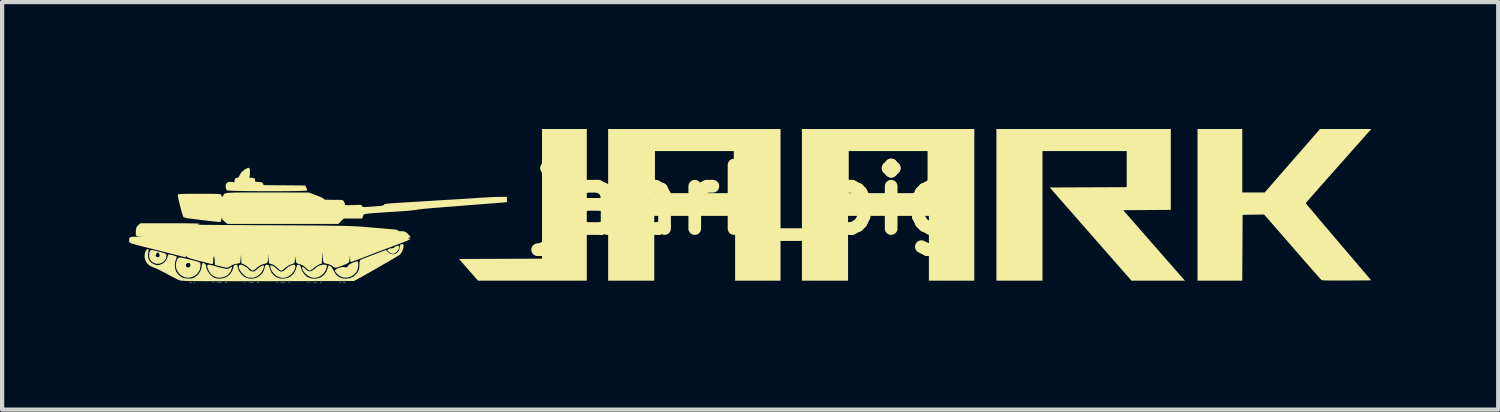
<source format=kicad_pcb>
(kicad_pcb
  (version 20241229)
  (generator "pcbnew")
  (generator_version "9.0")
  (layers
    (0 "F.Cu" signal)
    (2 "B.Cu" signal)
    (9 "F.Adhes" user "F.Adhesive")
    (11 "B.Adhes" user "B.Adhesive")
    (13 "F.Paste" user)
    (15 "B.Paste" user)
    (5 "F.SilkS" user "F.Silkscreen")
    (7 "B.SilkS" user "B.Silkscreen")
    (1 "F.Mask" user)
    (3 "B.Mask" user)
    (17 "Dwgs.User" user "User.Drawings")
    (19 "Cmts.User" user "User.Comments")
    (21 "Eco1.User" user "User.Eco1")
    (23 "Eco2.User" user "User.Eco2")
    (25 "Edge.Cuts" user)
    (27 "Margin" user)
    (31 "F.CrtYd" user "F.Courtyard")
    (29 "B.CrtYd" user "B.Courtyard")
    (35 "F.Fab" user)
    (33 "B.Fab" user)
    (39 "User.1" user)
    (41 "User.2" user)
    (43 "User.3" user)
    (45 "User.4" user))
  (footprint "jaark_big"
    (layer "F.Cu")
    (at 14.659 1.674)
    (property "Reference" "jaark_big" (at 0 0 0) (layer "F.SilkS") (effects (font (size 1.5 1.5) (thickness 0.3))))
    (attr board_only exclude_from_pos_files exclude_from_bom)
    (fp_poly (pts (xy -10.362 1.951) (xy -10.37 1.959) (xy -10.378 1.951) (xy -10.37 1.943)) (stroke (width 0) (type solid)) (fill yes) (layer "F.SilkS"))
    (fp_poly (pts (xy -13.099 1.949) (xy -13.104 1.956) (xy -13.12 1.957) (xy -13.137 1.954) (xy -13.129 1.948) (xy -13.105 1.946)) (stroke (width 0) (type solid)) (fill yes) (layer "F.SilkS"))
    (fp_poly (pts (xy -12.649 1.948) (xy -12.647 1.954) (xy -12.668 1.956) (xy -12.691 1.954) (xy -12.688 1.948) (xy -12.656 1.946)) (stroke (width 0) (type solid)) (fill yes) (layer "F.SilkS"))
    (fp_poly (pts (xy -12.349 1.948) (xy -12.347 1.954) (xy -12.368 1.956) (xy -12.391 1.954) (xy -12.388 1.948) (xy -12.356 1.946)) (stroke (width 0) (type solid)) (fill yes) (layer "F.SilkS"))
    (fp_poly (pts (xy -11.915 1.948) (xy -11.918 1.958) (xy -11.926 1.959) (xy -11.939 1.953) (xy -11.937 1.948) (xy -11.918 1.946)) (stroke (width 0) (type solid)) (fill yes) (layer "F.SilkS"))
    (fp_poly (pts (xy -11.59 1.948) (xy -11.588 1.954) (xy -11.61 1.956) (xy -11.633 1.954) (xy -11.63 1.948) (xy -11.597 1.946)) (stroke (width 0) (type solid)) (fill yes) (layer "F.SilkS"))
    (fp_poly (pts (xy -11.14 1.949) (xy -11.145 1.956) (xy -11.161 1.957) (xy -11.178 1.954) (xy -11.171 1.948) (xy -11.146 1.946)) (stroke (width 0) (type solid)) (fill yes) (layer "F.SilkS"))
    (fp_poly (pts (xy -10.856 1.949) (xy -10.861 1.956) (xy -10.877 1.957) (xy -10.894 1.954) (xy -10.886 1.948) (xy -10.862 1.946)) (stroke (width 0) (type solid)) (fill yes) (layer "F.SilkS"))
    (fp_poly (pts (xy -10.406 1.948) (xy -10.404 1.954) (xy -10.425 1.956) (xy -10.448 1.954) (xy -10.445 1.948) (xy -10.413 1.946)) (stroke (width 0) (type solid)) (fill yes) (layer "F.SilkS"))
    (fp_poly (pts (xy -10.106 1.948) (xy -10.104 1.954) (xy -10.125 1.956) (xy -10.148 1.954) (xy -10.145 1.948) (xy -10.113 1.946)) (stroke (width 0) (type solid)) (fill yes) (layer "F.SilkS"))
    (fp_poly (pts (xy -9.656 1.949) (xy -9.66 1.956) (xy -9.676 1.957) (xy -9.693 1.954) (xy -9.686 1.948) (xy -9.661 1.946)) (stroke (width 0) (type solid)) (fill yes) (layer "F.SilkS"))
    (fp_poly (pts (xy -13.178 1.948) (xy -13.174 1.952) (xy -13.197 1.955) (xy -13.213 1.955) (xy -13.244 1.953) (xy -13.249 1.95) (xy -13.241 1.948) (xy -13.2 1.945)) (stroke (width 0) (type solid)) (fill yes) (layer "F.SilkS"))
    (fp_poly (pts (xy -9.537 1.948) (xy -9.529 1.951) (xy -9.549 1.954) (xy -9.572 1.954) (xy -9.607 1.953) (xy -9.616 1.95) (xy -9.608 1.948) (xy -9.562 1.945)) (stroke (width 0) (type solid)) (fill yes) (layer "F.SilkS"))
    (fp_poly (pts (xy -10.208 1.947) (xy -10.199 1.951) (xy -10.218 1.953) (xy -10.26 1.954) (xy -10.3 1.953) (xy -10.316 1.951) (xy -10.303 1.947) (xy -10.303 1.947) (xy -10.251 1.945)) (stroke (width 0) (type solid)) (fill yes) (layer "F.SilkS"))
    (fp_poly (pts (xy -12.469 1.947) (xy -12.467 1.947) (xy -12.452 1.95) (xy -12.466 1.952) (xy -12.505 1.953) (xy -12.518 1.954) (xy -12.564 1.953) (xy -12.587 1.951) (xy -12.583 1.948) (xy -12.578 1.947) (xy -12.526 1.945)) (stroke (width 0) (type solid)) (fill yes) (layer "F.SilkS"))
    (fp_poly (pts (xy -11.711 1.947) (xy -11.709 1.947) (xy -11.694 1.95) (xy -11.708 1.952) (xy -11.747 1.953) (xy -11.76 1.954) (xy -11.806 1.953) (xy -11.829 1.951) (xy -11.825 1.948) (xy -11.82 1.947) (xy -11.767 1.945)) (stroke (width 0) (type solid)) (fill yes) (layer "F.SilkS"))
    (fp_poly (pts (xy -10.969 1.947) (xy -10.967 1.947) (xy -10.952 1.95) (xy -10.965 1.952) (xy -11.004 1.953) (xy -11.018 1.954) (xy -11.064 1.953) (xy -11.087 1.951) (xy -11.082 1.948) (xy -11.077 1.947) (xy -11.025 1.945)) (stroke (width 0) (type solid)) (fill yes) (layer "F.SilkS"))
    (fp_poly (pts (xy -3.838 0.118) (xy -3.838 1.911) (xy -5.124 1.911) (xy -6.41 1.911) (xy -6.634 1.655) (xy -6.858 1.398) (xy -5.877 1.394) (xy -4.897 1.39) (xy -4.897 -0.142) (xy -4.897 -1.674) (xy -4.368 -1.674) (xy -3.838 -1.674)) (stroke (width 0) (type solid)) (fill yes) (layer "F.SilkS"))
    (fp_poly (pts (xy -8.287 1.086) (xy -8.274 1.118) (xy -8.283 1.162) (xy -8.311 1.208) (xy -8.333 1.23) (xy -8.381 1.266) (xy -8.421 1.277) (xy -8.464 1.265) (xy -8.493 1.249) (xy -8.528 1.225) (xy -8.55 1.206) (xy -8.552 1.204) (xy -8.55 1.182) (xy -8.525 1.162) (xy -8.483 1.149) (xy -8.458 1.147) (xy -8.417 1.141) (xy -8.392 1.128) (xy -8.391 1.126) (xy -8.369 1.108) (xy -8.335 1.091) (xy -8.303 1.083)) (stroke (width 0) (type solid)) (fill yes) (layer "F.SilkS"))
    (fp_poly (pts (xy 0.742 0.118) (xy 0.742 1.911) (xy 0.205 1.911) (xy -0.332 1.911) (xy -0.332 1.145) (xy -0.332 0.379) (xy -1.287 0.379) (xy -2.243 0.379) (xy -2.243 1.145) (xy -2.243 1.911) (xy -2.788 1.911) (xy -3.333 1.911) (xy -3.333 0.118) (xy -3.333 -0.656) (xy -2.227 -0.656) (xy -2.227 -0.158) (xy -1.295 -0.158) (xy -0.363 -0.158) (xy -0.363 -0.656) (xy -0.363 -1.153) (xy -1.295 -1.153) (xy -2.227 -1.153) (xy -2.227 -0.656) (xy -3.333 -0.656) (xy -3.333 -1.674) (xy -1.295 -1.674) (xy 0.742 -1.674)) (stroke (width 0) (type solid)) (fill yes) (layer "F.SilkS"))
    (fp_poly (pts (xy 5.323 0.118) (xy 5.323 1.911) (xy 4.786 1.911) (xy 4.249 1.911) (xy 4.249 1.145) (xy 4.249 0.379) (xy 3.293 0.379) (xy 2.338 0.379) (xy 2.338 1.145) (xy 2.338 1.911) (xy 1.793 1.911) (xy 1.248 1.911) (xy 1.248 0.118) (xy 1.248 -0.656) (xy 2.354 -0.656) (xy 2.354 -0.158) (xy 3.286 -0.158) (xy 4.218 -0.158) (xy 4.218 -0.656) (xy 4.218 -1.153) (xy 3.286 -1.153) (xy 2.354 -1.153) (xy 2.354 -0.656) (xy 1.248 -0.656) (xy 1.248 -1.674) (xy 3.286 -1.674) (xy 5.323 -1.674)) (stroke (width 0) (type solid)) (fill yes) (layer "F.SilkS"))
    (fp_poly (pts (xy -10.011 1.534) (xy -9.99 1.542) (xy -9.983 1.56) (xy -9.983 1.572) (xy -9.998 1.644) (xy -10.037 1.713) (xy -10.094 1.774) (xy -10.164 1.818) (xy -10.2 1.831) (xy -10.255 1.844) (xy -10.297 1.845) (xy -10.345 1.834) (xy -10.349 1.833) (xy -10.414 1.803) (xy -10.476 1.758) (xy -10.526 1.704) (xy -10.559 1.649) (xy -10.568 1.608) (xy -10.564 1.586) (xy -10.55 1.583) (xy -10.523 1.603) (xy -10.487 1.637) (xy -10.434 1.679) (xy -10.386 1.692) (xy -10.336 1.677) (xy -10.284 1.638) (xy -10.212 1.58) (xy -10.147 1.547) (xy -10.079 1.533) (xy -10.055 1.532)) (stroke (width 0) (type solid)) (fill yes) (layer "F.SilkS"))
    (fp_poly (pts (xy -12.763 1.535) (xy -12.741 1.537) (xy -12.68 1.55) (xy -12.616 1.568) (xy -12.603 1.572) (xy -12.55 1.59) (xy -12.5 1.602) (xy -12.488 1.604) (xy -12.439 1.614) (xy -12.387 1.626) (xy -12.386 1.627) (xy -12.343 1.634) (xy -12.306 1.625) (xy -12.276 1.608) (xy -12.221 1.574) (xy -12.232 1.627) (xy -12.262 1.703) (xy -12.316 1.766) (xy -12.386 1.812) (xy -12.467 1.838) (xy -12.553 1.84) (xy -12.611 1.826) (xy -12.662 1.801) (xy -12.707 1.771) (xy -12.711 1.767) (xy -12.75 1.72) (xy -12.783 1.66) (xy -12.805 1.6) (xy -12.81 1.566) (xy -12.808 1.543) (xy -12.795 1.533)) (stroke (width 0) (type solid)) (fill yes) (layer "F.SilkS"))
    (fp_poly (pts (xy -10.733 1.544) (xy -10.726 1.578) (xy -10.737 1.629) (xy -10.756 1.673) (xy -10.81 1.749) (xy -10.882 1.805) (xy -10.943 1.832) (xy -10.991 1.843) (xy -11.031 1.845) (xy -11.076 1.837) (xy -11.108 1.829) (xy -11.173 1.798) (xy -11.235 1.746) (xy -11.284 1.682) (xy -11.308 1.629) (xy -11.318 1.586) (xy -11.321 1.558) (xy -11.32 1.552) (xy -11.294 1.548) (xy -11.255 1.563) (xy -11.208 1.595) (xy -11.171 1.629) (xy -11.114 1.678) (xy -11.063 1.697) (xy -11.014 1.686) (xy -10.963 1.645) (xy -10.956 1.637) (xy -10.898 1.587) (xy -10.832 1.55) (xy -10.77 1.533) (xy -10.758 1.532)) (stroke (width 0) (type solid)) (fill yes) (layer "F.SilkS"))
    (fp_poly (pts (xy -9.246 1.467) (xy -9.239 1.503) (xy -9.24 1.553) (xy -9.248 1.608) (xy -9.262 1.661) (xy -9.276 1.694) (xy -9.33 1.76) (xy -9.403 1.809) (xy -9.487 1.836) (xy -9.573 1.838) (xy -9.626 1.826) (xy -9.675 1.801) (xy -9.724 1.765) (xy -9.765 1.725) (xy -9.79 1.689) (xy -9.794 1.673) (xy -9.779 1.651) (xy -9.743 1.628) (xy -9.694 1.608) (xy -9.641 1.593) (xy -9.594 1.587) (xy -9.565 1.592) (xy -9.524 1.599) (xy -9.488 1.575) (xy -9.466 1.542) (xy -9.444 1.523) (xy -9.402 1.5) (xy -9.351 1.477) (xy -9.301 1.46) (xy -9.262 1.453) (xy -9.261 1.453)) (stroke (width 0) (type solid)) (fill yes) (layer "F.SilkS"))
    (fp_poly (pts (xy 9.967 -0.719) (xy 9.967 0.237) (xy 9.405 0.241) (xy 8.843 0.245) (xy 9.478 0.971) (xy 9.595 1.104) (xy 9.707 1.233) (xy 9.814 1.355) (xy 9.912 1.467) (xy 10.001 1.568) (xy 10.077 1.655) (xy 10.138 1.725) (xy 10.183 1.776) (xy 10.208 1.805) (xy 10.302 1.911) (xy 9.67 1.911) (xy 9.038 1.911) (xy 8.072 0.81) (xy 7.106 -0.292) (xy 8.015 -0.296) (xy 8.925 -0.3) (xy 8.925 -0.727) (xy 8.925 -1.153) (xy 7.93 -1.153) (xy 6.934 -1.153) (xy 6.934 0.379) (xy 6.934 1.911) (xy 6.389 1.911) (xy 5.845 1.911) (xy 5.845 0.118) (xy 5.845 -1.674) (xy 7.906 -1.674) (xy 9.967 -1.674)) (stroke (width 0) (type solid)) (fill yes) (layer "F.SilkS"))
    (fp_poly (pts (xy -11.984 1.54) (xy -11.941 1.56) (xy -11.895 1.586) (xy -11.856 1.613) (xy -11.834 1.636) (xy -11.831 1.643) (xy -11.818 1.661) (xy -11.785 1.679) (xy -11.746 1.692) (xy -11.712 1.695) (xy -11.706 1.694) (xy -11.681 1.679) (xy -11.643 1.649) (xy -11.616 1.626) (xy -11.563 1.584) (xy -11.517 1.557) (xy -11.483 1.55) (xy -11.472 1.554) (xy -11.468 1.578) (xy -11.479 1.619) (xy -11.502 1.668) (xy -11.532 1.717) (xy -11.559 1.752) (xy -11.636 1.811) (xy -11.721 1.841) (xy -11.815 1.84) (xy -11.859 1.83) (xy -11.912 1.804) (xy -11.964 1.761) (xy -12.01 1.707) (xy -12.045 1.65) (xy -12.064 1.596) (xy -12.062 1.555) (xy -12.041 1.537) (xy -12.016 1.532)) (stroke (width 0) (type solid)) (fill yes) (layer "F.SilkS"))
    (fp_poly (pts (xy -14.114 1.187) (xy -14.075 1.195) (xy -14.013 1.209) (xy -13.995 1.214) (xy -13.909 1.236) (xy -13.848 1.253) (xy -13.809 1.267) (xy -13.787 1.281) (xy -13.777 1.297) (xy -13.774 1.317) (xy -13.774 1.323) (xy -13.788 1.391) (xy -13.827 1.447) (xy -13.882 1.489) (xy -13.948 1.511) (xy -14.018 1.511) (xy -14.084 1.486) (xy -14.126 1.455) (xy -14.158 1.421) (xy -14.159 1.419) (xy -14.177 1.375) (xy -14.184 1.318) (xy -14.027 1.318) (xy -14.016 1.348) (xy -14.016 1.348) (xy -13.988 1.359) (xy -13.955 1.352) (xy -13.937 1.334) (xy -13.937 1.302) (xy -13.948 1.272) (xy -13.966 1.246) (xy -13.987 1.247) (xy -13.997 1.253) (xy -14.02 1.281) (xy -14.027 1.318) (xy -14.184 1.318) (xy -14.184 1.316) (xy -14.18 1.257) (xy -14.166 1.212) (xy -14.163 1.208) (xy -14.151 1.194) (xy -14.137 1.187)) (stroke (width 0) (type solid)) (fill yes) (layer "F.SilkS"))
    (fp_poly (pts (xy -13.407 1.371) (xy -13.341 1.384) (xy -13.264 1.401) (xy -13.247 1.406) (xy -13.148 1.431) (xy -13.076 1.449) (xy -13.026 1.465) (xy -12.995 1.478) (xy -12.977 1.493) (xy -12.97 1.511) (xy -12.968 1.534) (xy -12.969 1.56) (xy -12.983 1.645) (xy -13.023 1.719) (xy -13.082 1.779) (xy -13.156 1.821) (xy -13.238 1.841) (xy -13.324 1.835) (xy -13.353 1.826) (xy -13.438 1.779) (xy -13.501 1.713) (xy -13.541 1.63) (xy -13.553 1.548) (xy -13.552 1.543) (xy -13.315 1.543) (xy -13.309 1.575) (xy -13.289 1.593) (xy -13.251 1.6) (xy -13.22 1.581) (xy -13.206 1.545) (xy -13.205 1.541) (xy -13.218 1.505) (xy -13.238 1.492) (xy -13.275 1.493) (xy -13.303 1.513) (xy -13.315 1.543) (xy -13.552 1.543) (xy -13.546 1.486) (xy -13.529 1.428) (xy -13.504 1.383) (xy -13.48 1.364) (xy -13.456 1.363)) (stroke (width 0) (type solid)) (fill yes) (layer "F.SilkS"))
    (fp_poly (pts (xy 11.657 -0.924) (xy 11.657 -0.174) (xy 11.922 -0.174) (xy 12.187 -0.175) (xy 12.841 -0.925) (xy 13.495 -1.674) (xy 14.101 -1.674) (xy 14.707 -1.674) (xy 14.41 -1.34) (xy 14.216 -1.121) (xy 14.042 -0.925) (xy 13.887 -0.75) (xy 13.75 -0.596) (xy 13.63 -0.46) (xy 13.526 -0.343) (xy 13.438 -0.243) (xy 13.363 -0.159) (xy 13.302 -0.089) (xy 13.253 -0.033) (xy 13.216 0.01) (xy 13.188 0.042) (xy 13.17 0.064) (xy 13.161 0.076) (xy 13.158 0.08) (xy 13.168 0.093) (xy 13.197 0.128) (xy 13.243 0.183) (xy 13.305 0.257) (xy 13.382 0.348) (xy 13.47 0.453) (xy 13.57 0.571) (xy 13.68 0.7) (xy 13.797 0.837) (xy 13.92 0.982) (xy 13.932 0.996) (xy 14.705 1.903) (xy 14.127 1.908) (xy 13.962 1.908) (xy 13.827 1.908) (xy 13.72 1.907) (xy 13.638 1.906) (xy 13.58 1.903) (xy 13.544 1.899) (xy 13.527 1.894) (xy 13.527 1.893) (xy 13.513 1.878) (xy 13.48 1.842) (xy 13.43 1.785) (xy 13.364 1.711) (xy 13.285 1.622) (xy 13.195 1.519) (xy 13.094 1.404) (xy 12.986 1.28) (xy 12.871 1.148) (xy 12.839 1.111) (xy 12.173 0.347) (xy 11.919 0.351) (xy 11.665 0.355) (xy 11.661 1.133) (xy 11.657 1.911) (xy 11.128 1.911) (xy 10.599 1.911) (xy 10.599 0.118) (xy 10.599 -1.674) (xy 11.128 -1.674) (xy 11.657 -1.674)) (stroke (width 0) (type solid)) (fill yes) (layer "F.SilkS"))
    (fp_poly (pts (xy -11.812 -0.748) (xy -11.802 -0.713) (xy -11.8 -0.65) (xy -11.8 -0.649) (xy -11.803 -0.579) (xy -11.812 -0.54) (xy -11.819 -0.532) (xy -11.817 -0.527) (xy -11.79 -0.523) (xy -11.766 -0.523) (xy -11.709 -0.515) (xy -11.681 -0.494) (xy -11.68 -0.459) (xy -11.683 -0.451) (xy -11.682 -0.437) (xy -11.661 -0.429) (xy -11.615 -0.424) (xy -11.6 -0.423) (xy -11.545 -0.419) (xy -11.514 -0.41) (xy -11.497 -0.393) (xy -11.492 -0.383) (xy -11.476 -0.348) (xy -10.987 -0.344) (xy -10.498 -0.34) (xy -10.468 -0.289) (xy -10.452 -0.252) (xy -10.448 -0.225) (xy -10.449 -0.222) (xy -10.467 -0.218) (xy -10.513 -0.214) (xy -10.583 -0.211) (xy -10.676 -0.209) (xy -10.786 -0.207) (xy -10.911 -0.206) (xy -11.048 -0.205) (xy -11.192 -0.204) (xy -11.342 -0.204) (xy -11.492 -0.204) (xy -11.641 -0.205) (xy -11.784 -0.206) (xy -11.918 -0.208) (xy -12.04 -0.21) (xy -12.146 -0.212) (xy -12.233 -0.215) (xy -12.298 -0.219) (xy -12.338 -0.222) (xy -12.348 -0.225) (xy -12.362 -0.253) (xy -12.373 -0.296) (xy -12.375 -0.303) (xy -12.374 -0.362) (xy -12.348 -0.401) (xy -12.296 -0.423) (xy -12.25 -0.426) (xy -12.201 -0.422) (xy -12.178 -0.41) (xy -12.176 -0.407) (xy -12.173 -0.408) (xy -12.167 -0.434) (xy -12.165 -0.45) (xy -12.155 -0.492) (xy -12.139 -0.512) (xy -12.112 -0.518) (xy -12.081 -0.529) (xy -12.056 -0.557) (xy -12.038 -0.593) (xy -11.998 -0.656) (xy -11.937 -0.707) (xy -11.932 -0.711) (xy -11.873 -0.745) (xy -11.834 -0.759)) (stroke (width 0) (type solid)) (fill yes) (layer "F.SilkS"))
    (fp_poly (pts (xy -11.65 -0.174) (xy -11.455 -0.174) (xy -11.391 -0.174) (xy -10.411 -0.173) (xy -10.28 -0.125) (xy -10.188 -0.09) (xy -10.123 -0.063) (xy -10.081 -0.044) (xy -10.059 -0.029) (xy -10.053 -0.018) (xy -10.055 -0.015) (xy -10.043 -0.009) (xy -10.004 -0.004) (xy -9.939 -0.001) (xy -9.852 -0.000031) (xy -9.835 -0.000001) (xy -9.745 0.000242) (xy -9.682 0.001) (xy -9.639 0.004) (xy -9.612 0.01) (xy -9.596 0.018) (xy -9.584 0.031) (xy -9.581 0.035) (xy -9.562 0.073) (xy -9.557 0.1) (xy -9.555 0.113) (xy -9.546 0.121) (xy -9.525 0.125) (xy -9.487 0.127) (xy -9.426 0.125) (xy -9.357 0.123) (xy -9.274 0.12) (xy -9.218 0.119) (xy -9.182 0.121) (xy -9.162 0.127) (xy -9.153 0.136) (xy -9.15 0.145) (xy -9.143 0.159) (xy -9.128 0.167) (xy -9.097 0.17) (xy -9.045 0.168) (xy -9.014 0.166) (xy -8.897 0.158) (xy -8.809 0.151) (xy -8.744 0.146) (xy -8.698 0.141) (xy -8.668 0.136) (xy -8.649 0.13) (xy -8.638 0.123) (xy -8.632 0.116) (xy -8.628 0.109) (xy -8.622 0.104) (xy -8.611 0.1) (xy -8.594 0.096) (xy -8.567 0.092) (xy -8.527 0.088) (xy -8.471 0.083) (xy -8.398 0.078) (xy -8.303 0.072) (xy -8.184 0.064) (xy -8.039 0.055) (xy -7.914 0.048) (xy -7.799 0.041) (xy -7.668 0.033) (xy -7.533 0.025) (xy -7.411 0.017) (xy -7.385 0.015) (xy -7.27 0.008) (xy -7.141 0.000458) (xy -7.013 -0.007) (xy -6.899 -0.014) (xy -6.871 -0.016) (xy -6.769 -0.022) (xy -6.648 -0.03) (xy -6.519 -0.038) (xy -6.393 -0.047) (xy -6.326 -0.051) (xy -6.219 -0.057) (xy -6.111 -0.063) (xy -6.01 -0.067) (xy -5.926 -0.07) (xy -5.876 -0.071) (xy -5.726 -0.071) (xy -5.726 -0.008) (xy -5.726 0.055) (xy -5.86 0.067) (xy -5.909 0.071) (xy -5.985 0.077) (xy -6.082 0.084) (xy -6.195 0.093) (xy -6.32 0.103) (xy -6.451 0.113) (xy -6.516 0.118) (xy -6.706 0.133) (xy -6.868 0.146) (xy -7.004 0.157) (xy -7.118 0.165) (xy -7.213 0.173) (xy -7.291 0.179) (xy -7.355 0.184) (xy -7.409 0.188) (xy -7.456 0.192) (xy -7.498 0.196) (xy -7.539 0.199) (xy -7.581 0.203) (xy -7.598 0.204) (xy -7.681 0.212) (xy -7.761 0.221) (xy -7.829 0.23) (xy -7.865 0.236) (xy -7.911 0.243) (xy -7.981 0.251) (xy -8.066 0.259) (xy -8.158 0.266) (xy -8.188 0.268) (xy -8.382 0.281) (xy -8.546 0.291) (xy -8.684 0.3) (xy -8.798 0.308) (xy -8.889 0.315) (xy -8.961 0.321) (xy -9.016 0.327) (xy -9.057 0.332) (xy -9.085 0.338) (xy -9.103 0.345) (xy -9.114 0.352) (xy -9.12 0.361) (xy -9.124 0.371) (xy -9.127 0.383) (xy -9.129 0.389) (xy -9.148 0.442) (xy -9.366 0.442) (xy -9.584 0.442) (xy -9.648 0.505) (xy -9.711 0.569) (xy -11.021 0.569) (xy -12.33 0.569) (xy -12.396 0.521) (xy -12.445 0.475) (xy -12.467 0.432) (xy -12.468 0.43) (xy -12.472 0.413) (xy -12.475 0.426) (xy -12.476 0.454) (xy -12.482 0.5) (xy -12.497 0.521) (xy -12.528 0.524) (xy -12.528 0.524) (xy -12.546 0.522) (xy -12.589 0.517) (xy -12.649 0.511) (xy -12.694 0.506) (xy -12.778 0.497) (xy -12.868 0.486) (xy -12.947 0.477) (xy -12.969 0.474) (xy -13.045 0.464) (xy -13.135 0.453) (xy -13.218 0.443) (xy -13.22 0.443) (xy -13.284 0.434) (xy -13.336 0.422) (xy -13.368 0.41) (xy -13.373 0.407) (xy -13.383 0.386) (xy -13.398 0.34) (xy -13.416 0.277) (xy -13.437 0.202) (xy -13.457 0.123) (xy -13.476 0.046) (xy -13.491 -0.023) (xy -13.502 -0.077) (xy -13.506 -0.109) (xy -13.506 -0.11) (xy -13.505 -0.118) (xy -13.501 -0.126) (xy -13.49 -0.131) (xy -13.469 -0.135) (xy -13.435 -0.138) (xy -13.385 -0.14) (xy -13.315 -0.141) (xy -13.222 -0.142) (xy -13.104 -0.142) (xy -12.992 -0.142) (xy -12.851 -0.142) (xy -12.739 -0.142) (xy -12.652 -0.141) (xy -12.587 -0.14) (xy -12.54 -0.137) (xy -12.51 -0.134) (xy -12.491 -0.13) (xy -12.482 -0.124) (xy -12.479 -0.116) (xy -12.479 -0.112) (xy -12.471 -0.079) (xy -12.454 -0.072) (xy -12.436 -0.093) (xy -12.433 -0.098) (xy -12.427 -0.114) (xy -12.421 -0.127) (xy -12.412 -0.138) (xy -12.398 -0.148) (xy -12.376 -0.155) (xy -12.344 -0.161) (xy -12.3 -0.166) (xy -12.242 -0.169) (xy -12.166 -0.172) (xy -12.072 -0.173) (xy -11.956 -0.174) (xy -11.816 -0.174)) (stroke (width 0) (type solid)) (fill yes) (layer "F.SilkS"))
    (fp_poly (pts (xy -8.182 1.05) (xy -8.168 1.076) (xy -8.169 1.12) (xy -8.183 1.173) (xy -8.207 1.228) (xy -8.239 1.276) (xy -8.271 1.306) (xy -8.297 1.322) (xy -8.346 1.352) (xy -8.414 1.392) (xy -8.497 1.441) (xy -8.592 1.496) (xy -8.694 1.554) (xy -8.798 1.615) (xy -8.902 1.674) (xy -9 1.73) (xy -9.09 1.781) (xy -9.166 1.824) (xy -9.224 1.856) (xy -9.256 1.874) (xy -9.343 1.919) (xy -11.373 1.923) (xy -11.669 1.923) (xy -11.934 1.923) (xy -12.172 1.924) (xy -12.383 1.924) (xy -12.568 1.924) (xy -12.731 1.923) (xy -12.872 1.923) (xy -12.993 1.922) (xy -13.096 1.921) (xy -13.182 1.92) (xy -13.253 1.919) (xy -13.31 1.917) (xy -13.356 1.915) (xy -13.392 1.913) (xy -13.42 1.91) (xy -13.441 1.907) (xy -13.457 1.904) (xy -13.469 1.9) (xy -13.474 1.898) (xy -13.513 1.881) (xy -13.572 1.851) (xy -13.646 1.813) (xy -13.727 1.771) (xy -13.768 1.748) (xy -13.85 1.705) (xy -13.928 1.665) (xy -13.996 1.633) (xy -14.046 1.611) (xy -14.063 1.605) (xy -14.159 1.564) (xy -14.228 1.505) (xy -14.265 1.447) (xy -14.292 1.356) (xy -14.287 1.27) (xy -14.268 1.216) (xy -14.244 1.181) (xy -14.22 1.163) (xy -14.202 1.164) (xy -14.198 1.187) (xy -14.198 1.193) (xy -14.211 1.295) (xy -14.205 1.374) (xy -14.181 1.435) (xy -14.136 1.483) (xy -14.085 1.514) (xy -14.03 1.537) (xy -13.983 1.544) (xy -13.947 1.54) (xy -13.876 1.514) (xy -13.813 1.465) (xy -13.768 1.403) (xy -13.758 1.377) (xy -13.745 1.335) (xy -13.735 1.304) (xy -13.734 1.3) (xy -13.722 1.292) (xy -13.69 1.294) (xy -13.637 1.306) (xy -13.586 1.32) (xy -13.548 1.334) (xy -13.533 1.341) (xy -13.532 1.361) (xy -13.544 1.396) (xy -13.549 1.407) (xy -13.571 1.479) (xy -13.576 1.564) (xy -13.563 1.647) (xy -13.544 1.698) (xy -13.51 1.746) (xy -13.463 1.793) (xy -13.444 1.808) (xy -13.399 1.836) (xy -13.353 1.851) (xy -13.294 1.859) (xy -13.272 1.86) (xy -13.207 1.861) (xy -13.161 1.854) (xy -13.119 1.838) (xy -13.103 1.829) (xy -13.029 1.769) (xy -12.974 1.69) (xy -12.943 1.601) (xy -12.941 1.58) (xy -12.934 1.534) (xy -12.927 1.502) (xy -12.923 1.494) (xy -12.897 1.494) (xy -12.866 1.51) (xy -12.844 1.534) (xy -12.842 1.544) (xy -12.828 1.62) (xy -12.792 1.699) (xy -12.738 1.77) (xy -12.675 1.824) (xy -12.641 1.843) (xy -12.551 1.864) (xy -12.457 1.859) (xy -12.366 1.829) (xy -12.292 1.779) (xy -12.257 1.738) (xy -12.225 1.686) (xy -12.202 1.634) (xy -12.195 1.599) (xy -12.181 1.559) (xy -12.147 1.535) (xy -12.129 1.532) (xy -12.111 1.536) (xy -12.098 1.553) (xy -12.087 1.589) (xy -12.077 1.636) (xy -12.052 1.694) (xy -12.007 1.755) (xy -11.949 1.807) (xy -11.906 1.834) (xy -11.826 1.86) (xy -11.738 1.863) (xy -11.654 1.845) (xy -11.584 1.807) (xy -11.521 1.749) (xy -11.482 1.694) (xy -11.46 1.632) (xy -11.456 1.611) (xy -11.446 1.567) (xy -11.431 1.544) (xy -11.406 1.536) (xy -11.4 1.535) (xy -11.365 1.538) (xy -11.351 1.551) (xy -11.343 1.578) (xy -11.331 1.622) (xy -11.327 1.638) (xy -11.288 1.725) (xy -11.223 1.796) (xy -11.163 1.835) (xy -11.083 1.86) (xy -10.993 1.862) (xy -10.906 1.844) (xy -10.841 1.812) (xy -10.772 1.746) (xy -10.722 1.661) (xy -10.701 1.591) (xy -10.687 1.547) (xy -10.665 1.532) (xy -10.665 1.532) (xy -10.627 1.541) (xy -10.605 1.571) (xy -10.593 1.613) (xy -10.567 1.683) (xy -10.521 1.753) (xy -10.461 1.81) (xy -10.426 1.832) (xy -10.341 1.86) (xy -10.247 1.864) (xy -10.157 1.844) (xy -10.116 1.824) (xy -10.045 1.771) (xy -9.996 1.703) (xy -9.966 1.627) (xy -9.954 1.584) (xy -9.945 1.556) (xy -9.943 1.551) (xy -9.928 1.554) (xy -9.902 1.564) (xy -9.869 1.593) (xy -9.835 1.647) (xy -9.822 1.675) (xy -9.77 1.762) (xy -9.701 1.822) (xy -9.616 1.856) (xy -9.534 1.864) (xy -9.434 1.851) (xy -9.351 1.813) (xy -9.282 1.746) (xy -9.265 1.724) (xy -9.238 1.682) (xy -9.223 1.642) (xy -9.216 1.592) (xy -9.214 1.544) (xy -9.211 1.479) (xy -9.203 1.44) (xy -9.189 1.42) (xy -9.186 1.418) (xy -9.164 1.408) (xy -9.117 1.389) (xy -9.051 1.363) (xy -8.971 1.332) (xy -8.881 1.297) (xy -8.874 1.295) (xy -8.586 1.185) (xy -8.545 1.231) (xy -8.489 1.272) (xy -8.428 1.287) (xy -8.368 1.278) (xy -8.316 1.247) (xy -8.278 1.197) (xy -8.262 1.13) (xy -8.261 1.119) (xy -8.257 1.076) (xy -8.24 1.055) (xy -8.23 1.05) (xy -8.197 1.047)) (stroke (width 0) (type solid)) (fill yes) (layer "F.SilkS"))
    (fp_poly (pts (xy -13.499 0.553) (xy -13.34 0.554) (xy -13.209 0.556) (xy -13.108 0.558) (xy -13.036 0.561) (xy -12.995 0.565) (xy -12.984 0.569) (xy -12.999 0.578) (xy -13.036 0.585) (xy -13.075 0.588) (xy -13.071 0.589) (xy -13.038 0.589) (xy -12.977 0.59) (xy -12.889 0.591) (xy -12.777 0.592) (xy -12.643 0.593) (xy -12.488 0.594) (xy -12.315 0.595) (xy -12.124 0.596) (xy -11.918 0.597) (xy -11.699 0.599) (xy -11.468 0.6) (xy -11.31 0.6) (xy -11.017 0.602) (xy -10.753 0.603) (xy -10.518 0.605) (xy -10.308 0.606) (xy -10.121 0.608) (xy -9.957 0.61) (xy -9.813 0.612) (xy -9.687 0.614) (xy -9.576 0.616) (xy -9.48 0.618) (xy -9.397 0.621) (xy -9.323 0.624) (xy -9.258 0.628) (xy -9.199 0.631) (xy -9.144 0.636) (xy -9.138 0.636) (xy -9.024 0.646) (xy -8.903 0.656) (xy -8.787 0.666) (xy -8.684 0.674) (xy -8.617 0.68) (xy -8.532 0.687) (xy -8.452 0.695) (xy -8.385 0.701) (xy -8.341 0.707) (xy -8.34 0.707) (xy -8.3 0.713) (xy -8.287 0.719) (xy -8.3 0.725) (xy -8.309 0.728) (xy -8.319 0.734) (xy -8.298 0.739) (xy -8.245 0.741) (xy -8.242 0.741) (xy -8.182 0.743) (xy -8.143 0.75) (xy -8.111 0.767) (xy -8.075 0.796) (xy -8.072 0.8) (xy -8.03 0.84) (xy -8.012 0.867) (xy -8.017 0.885) (xy -8.043 0.899) (xy -8.044 0.9) (xy -8.069 0.911) (xy -8.063 0.915) (xy -8.04 0.916) (xy -8.001 0.918) (xy -8.038 0.944) (xy -8.071 0.961) (xy -8.123 0.984) (xy -8.185 1.008) (xy -8.196 1.012) (xy -8.275 1.041) (xy -8.377 1.078) (xy -8.495 1.123) (xy -8.623 1.171) (xy -8.755 1.222) (xy -8.883 1.271) (xy -8.964 1.303) (xy -9.077 1.347) (xy -9.18 1.386) (xy -9.269 1.42) (xy -9.341 1.445) (xy -9.391 1.462) (xy -9.415 1.469) (xy -9.416 1.469) (xy -9.424 1.455) (xy -9.431 1.418) (xy -9.434 1.386) (xy -9.44 1.303) (xy -9.443 1.384) (xy -9.452 1.45) (xy -9.473 1.488) (xy -9.474 1.488) (xy -9.5 1.504) (xy -9.549 1.526) (xy -9.611 1.552) (xy -9.678 1.577) (xy -9.743 1.6) (xy -9.765 1.607) (xy -9.796 1.602) (xy -9.835 1.579) (xy -9.842 1.573) (xy -9.885 1.544) (xy -9.927 1.524) (xy -9.933 1.523) (xy -9.998 1.508) (xy -10.038 1.497) (xy -10.061 1.48) (xy -10.071 1.453) (xy -10.075 1.408) (xy -10.077 1.357) (xy -10.085 1.224) (xy -10.093 1.366) (xy -10.102 1.507) (xy -10.152 1.522) (xy -10.191 1.54) (xy -10.241 1.572) (xy -10.284 1.605) (xy -10.328 1.641) (xy -10.366 1.665) (xy -10.387 1.674) (xy -10.41 1.664) (xy -10.446 1.637) (xy -10.473 1.613) (xy -10.538 1.559) (xy -10.607 1.526) (xy -10.664 1.51) (xy -10.689 1.501) (xy -10.705 1.48) (xy -10.715 1.44) (xy -10.719 1.418) (xy -10.732 1.335) (xy -10.738 1.418) (xy -10.742 1.467) (xy -10.752 1.493) (xy -10.77 1.506) (xy -10.786 1.511) (xy -10.874 1.544) (xy -10.956 1.598) (xy -10.985 1.626) (xy -11.02 1.656) (xy -11.051 1.673) (xy -11.059 1.674) (xy -11.084 1.664) (xy -11.122 1.637) (xy -11.159 1.603) (xy -11.204 1.564) (xy -11.248 1.535) (xy -11.275 1.523) (xy -11.314 1.514) (xy -11.338 1.508) (xy -11.349 1.489) (xy -11.357 1.441) (xy -11.36 1.371) (xy -11.362 1.312) (xy -11.363 1.284) (xy -11.365 1.285) (xy -11.367 1.313) (xy -11.368 1.335) (xy -11.373 1.408) (xy -11.38 1.456) (xy -11.392 1.485) (xy -11.412 1.5) (xy -11.443 1.509) (xy -11.448 1.51) (xy -11.538 1.537) (xy -11.616 1.588) (xy -11.652 1.62) (xy -11.69 1.652) (xy -11.723 1.672) (xy -11.734 1.674) (xy -11.761 1.664) (xy -11.797 1.636) (xy -11.816 1.617) (xy -11.865 1.575) (xy -11.921 1.538) (xy -11.938 1.529) (xy -12.005 1.499) (xy -12.007 1.393) (xy -12.01 1.287) (xy -12.019 1.385) (xy -12.026 1.438) (xy -12.033 1.477) (xy -12.039 1.493) (xy -12.06 1.501) (xy -12.1 1.509) (xy -12.114 1.51) (xy -12.168 1.521) (xy -12.219 1.541) (xy -12.279 1.576) (xy -12.292 1.585) (xy -12.313 1.597) (xy -12.333 1.603) (xy -12.361 1.603) (xy -12.403 1.595) (xy -12.467 1.58) (xy -12.481 1.576) (xy -12.629 1.539) (xy -12.634 1.433) (xy -12.639 1.372) (xy -12.648 1.341) (xy -12.658 1.34) (xy -12.665 1.37) (xy -12.668 1.43) (xy -12.668 1.43) (xy -12.67 1.481) (xy -12.677 1.508) (xy -12.691 1.516) (xy -12.694 1.516) (xy -12.718 1.513) (xy -12.766 1.502) (xy -12.834 1.486) (xy -12.916 1.465) (xy -13.001 1.443) (xy -13.104 1.416) (xy -13.18 1.394) (xy -13.234 1.377) (xy -13.269 1.362) (xy -13.289 1.348) (xy -13.298 1.337) (xy -13.31 1.316) (xy -13.314 1.322) (xy -13.315 1.331) (xy -13.32 1.354) (xy -13.324 1.358) (xy -13.342 1.355) (xy -13.384 1.344) (xy -13.444 1.329) (xy -13.515 1.311) (xy -13.518 1.31) (xy -13.583 1.293) (xy -13.674 1.27) (xy -13.782 1.242) (xy -13.902 1.212) (xy -14.027 1.181) (xy -14.145 1.151) (xy -14.26 1.122) (xy -14.367 1.095) (xy -14.46 1.07) (xy -14.537 1.049) (xy -14.592 1.034) (xy -14.621 1.024) (xy -14.623 1.023) (xy -14.651 0.998) (xy -14.659 0.955) (xy -14.655 0.918) (xy -14.642 0.893) (xy -14.615 0.879) (xy -14.568 0.872) (xy -14.497 0.872) (xy -14.45 0.873) (xy -14.392 0.876) (xy -14.355 0.877) (xy -14.344 0.876) (xy -14.359 0.874) (xy -14.427 0.868) (xy -14.47 0.86) (xy -14.492 0.844) (xy -14.5 0.817) (xy -14.499 0.771) (xy -14.498 0.747) (xy -14.492 0.689) (xy -14.483 0.651) (xy -14.465 0.622) (xy -14.44 0.598) (xy -14.39 0.553) (xy -13.687 0.553)) (stroke (width 0) (type solid)) (fill yes) (layer "F.SilkS")))
  (gr_rect
    (start -3 -3)
    (end 32.366 6.633)
    (stroke (width 0.1) (type default))
    (fill no)
    (layer "Edge.Cuts")))
</source>
